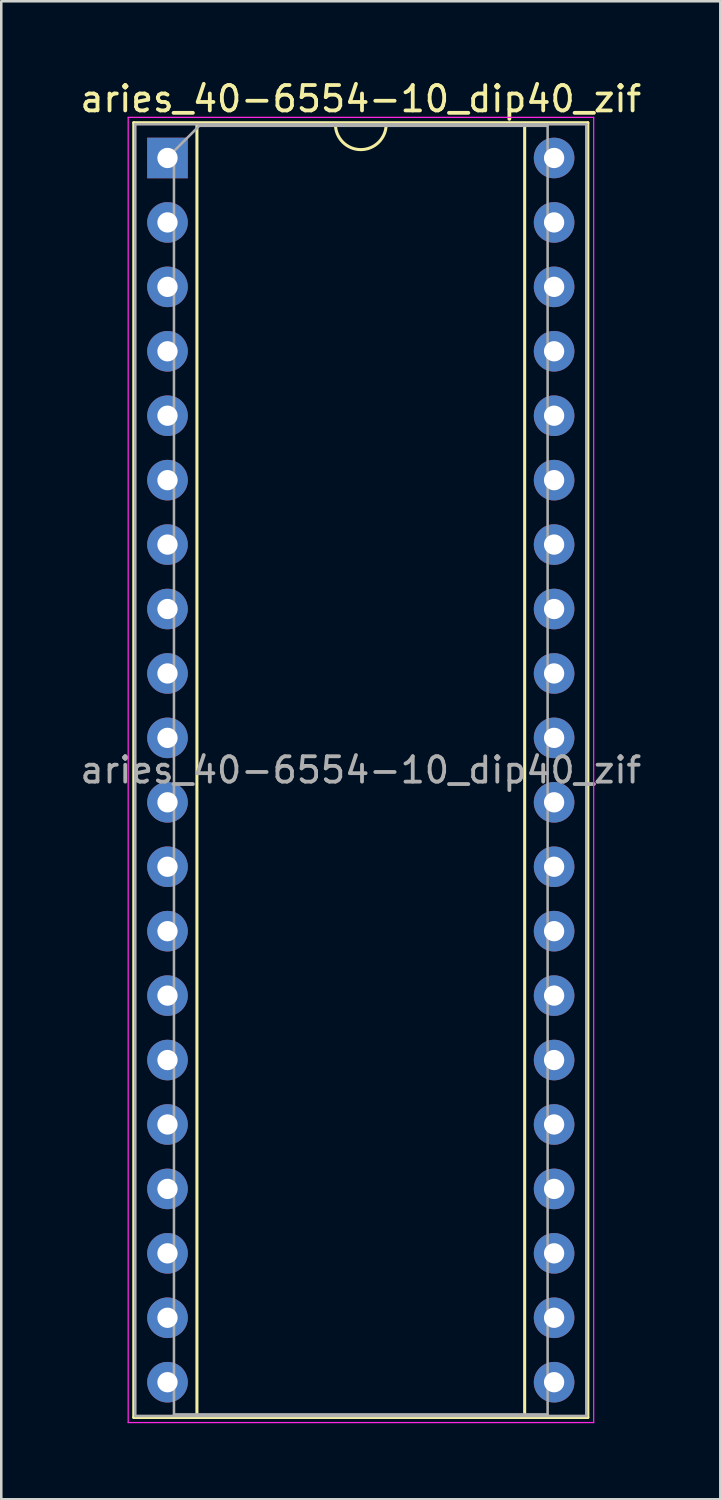
<source format=kicad_pcb>
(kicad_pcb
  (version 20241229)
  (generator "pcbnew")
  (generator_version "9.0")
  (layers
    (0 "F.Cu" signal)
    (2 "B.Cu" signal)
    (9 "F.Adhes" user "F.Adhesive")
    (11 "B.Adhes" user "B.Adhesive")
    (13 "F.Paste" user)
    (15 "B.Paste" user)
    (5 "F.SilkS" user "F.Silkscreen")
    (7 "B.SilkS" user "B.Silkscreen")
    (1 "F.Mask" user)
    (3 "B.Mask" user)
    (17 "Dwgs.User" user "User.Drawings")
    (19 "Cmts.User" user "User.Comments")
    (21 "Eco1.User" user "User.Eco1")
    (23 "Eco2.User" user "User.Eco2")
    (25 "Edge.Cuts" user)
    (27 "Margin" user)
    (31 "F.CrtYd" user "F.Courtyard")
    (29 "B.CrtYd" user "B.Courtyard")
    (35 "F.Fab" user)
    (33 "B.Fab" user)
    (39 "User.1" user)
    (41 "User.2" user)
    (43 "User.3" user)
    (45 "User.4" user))
  (footprint "aries_40-6554-10_dip40_zif"
    (layer "F.Cu")
    (at 3.553 3.178)
    (property "Reference" "aries_40-6554-10_dip40_zif" (at 7.62 -2.33 0) (layer "F.SilkS") (effects (font (size 1 1) (thickness 0.15))))
    (attr through_hole)
    (fp_line (start -1.33 -1.39) (end -1.33 49.65) (stroke (width 0.12) (type solid)) (layer "F.SilkS"))
    (fp_line (start -1.33 49.65) (end 16.57 49.65) (stroke (width 0.12) (type solid)) (layer "F.SilkS"))
    (fp_line (start 1.16 -1.33) (end 1.16 49.59) (stroke (width 0.12) (type solid)) (layer "F.SilkS"))
    (fp_line (start 1.16 49.59) (end 14.08 49.59) (stroke (width 0.12) (type solid)) (layer "F.SilkS"))
    (fp_line (start 6.62 -1.33) (end 1.16 -1.33) (stroke (width 0.12) (type solid)) (layer "F.SilkS"))
    (fp_line (start 14.08 -1.33) (end 8.62 -1.33) (stroke (width 0.12) (type solid)) (layer "F.SilkS"))
    (fp_line (start 14.08 49.59) (end 14.08 -1.33) (stroke (width 0.12) (type solid)) (layer "F.SilkS"))
    (fp_line (start 16.57 -1.39) (end -1.33 -1.39) (stroke (width 0.12) (type solid)) (layer "F.SilkS"))
    (fp_line (start 16.57 49.65) (end 16.57 -1.39) (stroke (width 0.12) (type solid)) (layer "F.SilkS"))
    (fp_arc (start 8.62 -1.33) (mid 7.62 -0.33) (end 6.62 -1.33) (stroke (width 0.12) (type solid)) (layer "F.SilkS"))
    (fp_line (start -1.55 -1.6) (end -1.55 49.85) (stroke (width 0.05) (type solid)) (layer "F.CrtYd"))
    (fp_line (start -1.55 49.85) (end 16.8 49.85) (stroke (width 0.05) (type solid)) (layer "F.CrtYd"))
    (fp_line (start 16.8 -1.6) (end -1.55 -1.6) (stroke (width 0.05) (type solid)) (layer "F.CrtYd"))
    (fp_line (start 16.8 49.85) (end 16.8 -1.6) (stroke (width 0.05) (type solid)) (layer "F.CrtYd"))
    (fp_line (start -1.27 -1.33) (end -1.27 49.59) (stroke (width 0.1) (type solid)) (layer "F.Fab"))
    (fp_line (start -1.27 49.59) (end 16.51 49.59) (stroke (width 0.1) (type solid)) (layer "F.Fab"))
    (fp_line (start 0.255 -0.27) (end 1.255 -1.27) (stroke (width 0.1) (type solid)) (layer "F.Fab"))
    (fp_line (start 0.255 49.53) (end 0.255 -0.27) (stroke (width 0.1) (type solid)) (layer "F.Fab"))
    (fp_line (start 1.255 -1.27) (end 14.985 -1.27) (stroke (width 0.1) (type solid)) (layer "F.Fab"))
    (fp_line (start 14.985 -1.27) (end 14.985 49.53) (stroke (width 0.1) (type solid)) (layer "F.Fab"))
    (fp_line (start 14.985 49.53) (end 0.255 49.53) (stroke (width 0.1) (type solid)) (layer "F.Fab"))
    (fp_line (start 16.51 -1.33) (end -1.27 -1.33) (stroke (width 0.1) (type solid)) (layer "F.Fab"))
    (fp_line (start 16.51 49.59) (end 16.51 -1.33) (stroke (width 0.1) (type solid)) (layer "F.Fab"))
    (fp_text user "${REFERENCE}" (at 7.62 24.13 0) (layer "F.Fab") (effects (font (size 1 1) (thickness 0.15))))
    (pad "1" thru_hole rect (at 0 0) (size 1.6 1.6) (drill 0.8) (layers "*.Cu" "*.Mask"))
    (pad "2" thru_hole oval (at 0 2.54) (size 1.6 1.6) (drill 0.8) (layers "*.Cu" "*.Mask"))
    (pad "3" thru_hole oval (at 0 5.08) (size 1.6 1.6) (drill 0.8) (layers "*.Cu" "*.Mask"))
    (pad "4" thru_hole oval (at 0 7.62) (size 1.6 1.6) (drill 0.8) (layers "*.Cu" "*.Mask"))
    (pad "5" thru_hole oval (at 0 10.16) (size 1.6 1.6) (drill 0.8) (layers "*.Cu" "*.Mask"))
    (pad "6" thru_hole oval (at 0 12.7) (size 1.6 1.6) (drill 0.8) (layers "*.Cu" "*.Mask"))
    (pad "7" thru_hole oval (at 0 15.24) (size 1.6 1.6) (drill 0.8) (layers "*.Cu" "*.Mask"))
    (pad "8" thru_hole oval (at 0 17.78) (size 1.6 1.6) (drill 0.8) (layers "*.Cu" "*.Mask"))
    (pad "9" thru_hole oval (at 0 20.32) (size 1.6 1.6) (drill 0.8) (layers "*.Cu" "*.Mask"))
    (pad "10" thru_hole oval (at 0 22.86) (size 1.6 1.6) (drill 0.8) (layers "*.Cu" "*.Mask"))
    (pad "11" thru_hole oval (at 0 25.4) (size 1.6 1.6) (drill 0.8) (layers "*.Cu" "*.Mask"))
    (pad "12" thru_hole oval (at 0 27.94) (size 1.6 1.6) (drill 0.8) (layers "*.Cu" "*.Mask"))
    (pad "13" thru_hole oval (at 0 30.48) (size 1.6 1.6) (drill 0.8) (layers "*.Cu" "*.Mask"))
    (pad "14" thru_hole oval (at 0 33.02) (size 1.6 1.6) (drill 0.8) (layers "*.Cu" "*.Mask"))
    (pad "15" thru_hole oval (at 0 35.56) (size 1.6 1.6) (drill 0.8) (layers "*.Cu" "*.Mask"))
    (pad "16" thru_hole oval (at 0 38.1) (size 1.6 1.6) (drill 0.8) (layers "*.Cu" "*.Mask"))
    (pad "17" thru_hole oval (at 0 40.64) (size 1.6 1.6) (drill 0.8) (layers "*.Cu" "*.Mask"))
    (pad "18" thru_hole oval (at 0 43.18) (size 1.6 1.6) (drill 0.8) (layers "*.Cu" "*.Mask"))
    (pad "19" thru_hole oval (at 0 45.72) (size 1.6 1.6) (drill 0.8) (layers "*.Cu" "*.Mask"))
    (pad "20" thru_hole oval (at 0 48.26) (size 1.6 1.6) (drill 0.8) (layers "*.Cu" "*.Mask"))
    (pad "21" thru_hole oval (at 15.24 48.26) (size 1.6 1.6) (drill 0.8) (layers "*.Cu" "*.Mask"))
    (pad "22" thru_hole oval (at 15.24 45.72) (size 1.6 1.6) (drill 0.8) (layers "*.Cu" "*.Mask"))
    (pad "23" thru_hole oval (at 15.24 43.18) (size 1.6 1.6) (drill 0.8) (layers "*.Cu" "*.Mask"))
    (pad "24" thru_hole oval (at 15.24 40.64) (size 1.6 1.6) (drill 0.8) (layers "*.Cu" "*.Mask"))
    (pad "25" thru_hole oval (at 15.24 38.1) (size 1.6 1.6) (drill 0.8) (layers "*.Cu" "*.Mask"))
    (pad "26" thru_hole oval (at 15.24 35.56) (size 1.6 1.6) (drill 0.8) (layers "*.Cu" "*.Mask"))
    (pad "27" thru_hole oval (at 15.24 33.02) (size 1.6 1.6) (drill 0.8) (layers "*.Cu" "*.Mask"))
    (pad "28" thru_hole oval (at 15.24 30.48) (size 1.6 1.6) (drill 0.8) (layers "*.Cu" "*.Mask"))
    (pad "29" thru_hole oval (at 15.24 27.94) (size 1.6 1.6) (drill 0.8) (layers "*.Cu" "*.Mask"))
    (pad "30" thru_hole oval (at 15.24 25.4) (size 1.6 1.6) (drill 0.8) (layers "*.Cu" "*.Mask"))
    (pad "31" thru_hole oval (at 15.24 22.86) (size 1.6 1.6) (drill 0.8) (layers "*.Cu" "*.Mask"))
    (pad "32" thru_hole oval (at 15.24 20.32) (size 1.6 1.6) (drill 0.8) (layers "*.Cu" "*.Mask"))
    (pad "33" thru_hole oval (at 15.24 17.78) (size 1.6 1.6) (drill 0.8) (layers "*.Cu" "*.Mask"))
    (pad "34" thru_hole oval (at 15.24 15.24) (size 1.6 1.6) (drill 0.8) (layers "*.Cu" "*.Mask"))
    (pad "35" thru_hole oval (at 15.24 12.7) (size 1.6 1.6) (drill 0.8) (layers "*.Cu" "*.Mask"))
    (pad "36" thru_hole oval (at 15.24 10.16) (size 1.6 1.6) (drill 0.8) (layers "*.Cu" "*.Mask"))
    (pad "37" thru_hole oval (at 15.24 7.62) (size 1.6 1.6) (drill 0.8) (layers "*.Cu" "*.Mask"))
    (pad "38" thru_hole oval (at 15.24 5.08) (size 1.6 1.6) (drill 0.8) (layers "*.Cu" "*.Mask"))
    (pad "39" thru_hole oval (at 15.24 2.54) (size 1.6 1.6) (drill 0.8) (layers "*.Cu" "*.Mask"))
    (pad "40" thru_hole oval (at 15.24 0) (size 1.6 1.6) (drill 0.8) (layers "*.Cu" "*.Mask")))
  (gr_rect
    (start -3 -3)
    (end 25.345 56.053)
    (stroke (width 0.1) (type default))
    (fill no)
    (layer "Edge.Cuts")))
</source>
